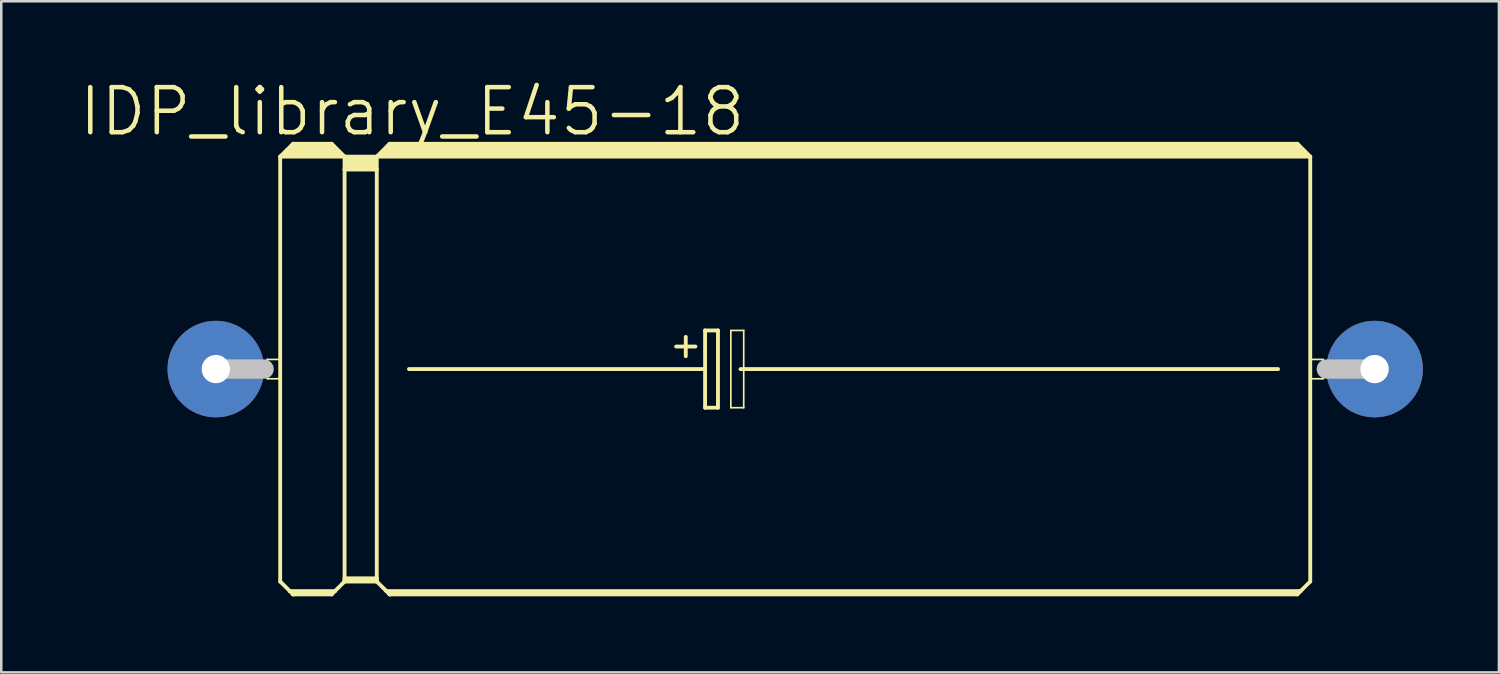
<source format=kicad_pcb>
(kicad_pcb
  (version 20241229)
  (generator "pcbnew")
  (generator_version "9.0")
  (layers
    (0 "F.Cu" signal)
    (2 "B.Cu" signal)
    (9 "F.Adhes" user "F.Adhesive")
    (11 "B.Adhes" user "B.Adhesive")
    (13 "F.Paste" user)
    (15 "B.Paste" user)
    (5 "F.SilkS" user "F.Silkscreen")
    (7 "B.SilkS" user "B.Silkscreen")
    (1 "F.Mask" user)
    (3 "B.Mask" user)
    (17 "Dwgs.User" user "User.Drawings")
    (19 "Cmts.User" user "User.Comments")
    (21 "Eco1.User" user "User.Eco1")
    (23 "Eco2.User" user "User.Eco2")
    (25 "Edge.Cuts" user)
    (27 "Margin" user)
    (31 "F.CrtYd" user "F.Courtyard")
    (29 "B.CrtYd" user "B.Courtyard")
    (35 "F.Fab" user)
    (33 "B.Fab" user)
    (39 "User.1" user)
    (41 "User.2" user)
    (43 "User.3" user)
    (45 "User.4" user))
  (footprint "IDP_library_E45-18"
    (layer "F.Cu")
    (at 28.325 11.512)
    (property "Reference" "IDP_library_E45-18" (at -15.113 -10.16 0) (layer "F.SilkS") (effects (font (size 1.778 1.778) (thickness 0.178))))
    (attr exclude_from_pos_files exclude_from_bom)
    (fp_line (start -20.828 -0.381) (end -20.32 -0.381) (stroke (width 0.066) (type solid)) (layer "F.SilkS"))
    (fp_line (start -20.828 0.381) (end -20.828 -0.381) (stroke (width 0.066) (type solid)) (layer "F.SilkS"))
    (fp_line (start -20.828 0.381) (end -20.32 0.381) (stroke (width 0.066) (type solid)) (layer "F.SilkS"))
    (fp_line (start -20.32 -8.382) (end -20.32 8.382) (stroke (width 0.152) (type solid)) (layer "F.SilkS"))
    (fp_line (start -20.32 -8.382) (end -19.812 -8.89) (stroke (width 0.152) (type solid)) (layer "F.SilkS"))
    (fp_line (start -20.32 -8.382) (end -17.78 -8.382) (stroke (width 0.152) (type solid)) (layer "F.SilkS"))
    (fp_line (start -20.32 0.381) (end -20.32 -0.381) (stroke (width 0.066) (type solid)) (layer "F.SilkS"))
    (fp_line (start -20.32 8.382) (end -19.939 8.76) (stroke (width 0.152) (type solid)) (layer "F.SilkS"))
    (fp_line (start -20.066 -8.509) (end -18.034 -8.509) (stroke (width 0.305) (type solid)) (layer "F.SilkS"))
    (fp_line (start -19.939 8.76) (end -19.812 8.89) (stroke (width 0.152) (type solid)) (layer "F.SilkS"))
    (fp_line (start -19.939 8.76) (end -18.161 8.76) (stroke (width 0.152) (type solid)) (layer "F.SilkS"))
    (fp_line (start -19.812 -8.89) (end -18.288 -8.89) (stroke (width 0.152) (type solid)) (layer "F.SilkS"))
    (fp_line (start -19.812 -8.76) (end -18.288 -8.76) (stroke (width 0.305) (type solid)) (layer "F.SilkS"))
    (fp_line (start -19.812 8.837) (end -18.288 8.837) (stroke (width 0.152) (type solid)) (layer "F.SilkS"))
    (fp_line (start -19.812 8.89) (end -19.812 8.837) (stroke (width 0.152) (type solid)) (layer "F.SilkS"))
    (fp_line (start -19.812 8.89) (end -18.288 8.89) (stroke (width 0.152) (type solid)) (layer "F.SilkS"))
    (fp_line (start -18.288 -8.89) (end -17.78 -8.382) (stroke (width 0.152) (type solid)) (layer "F.SilkS"))
    (fp_line (start -18.288 8.89) (end -18.161 8.76) (stroke (width 0.152) (type solid)) (layer "F.SilkS"))
    (fp_line (start -18.161 8.76) (end -17.78 8.382) (stroke (width 0.152) (type solid)) (layer "F.SilkS"))
    (fp_line (start -17.78 -8.382) (end -16.51 -8.382) (stroke (width 0.152) (type solid)) (layer "F.SilkS"))
    (fp_line (start -17.78 -7.874) (end -17.78 -8.382) (stroke (width 0.152) (type solid)) (layer "F.SilkS"))
    (fp_line (start -17.78 -7.874) (end -16.51 -7.874) (stroke (width 0.152) (type solid)) (layer "F.SilkS"))
    (fp_line (start -17.78 8.255) (end -17.78 -7.874) (stroke (width 0.152) (type solid)) (layer "F.SilkS"))
    (fp_line (start -17.78 8.255) (end -16.51 8.255) (stroke (width 0.152) (type solid)) (layer "F.SilkS"))
    (fp_line (start -17.78 8.331) (end -17.78 8.255) (stroke (width 0.152) (type solid)) (layer "F.SilkS"))
    (fp_line (start -17.78 8.331) (end -16.51 8.331) (stroke (width 0.152) (type solid)) (layer "F.SilkS"))
    (fp_line (start -17.78 8.382) (end -17.78 8.331) (stroke (width 0.152) (type solid)) (layer "F.SilkS"))
    (fp_line (start -17.78 8.382) (end -16.51 8.382) (stroke (width 0.152) (type solid)) (layer "F.SilkS"))
    (fp_line (start -17.65 -8.255) (end -16.637 -8.255) (stroke (width 0.305) (type solid)) (layer "F.SilkS"))
    (fp_line (start -17.65 -8.001) (end -16.637 -8.001) (stroke (width 0.305) (type solid)) (layer "F.SilkS"))
    (fp_line (start -16.51 -8.382) (end -16.002 -8.89) (stroke (width 0.152) (type solid)) (layer "F.SilkS"))
    (fp_line (start -16.51 -8.382) (end 20.32 -8.382) (stroke (width 0.152) (type solid)) (layer "F.SilkS"))
    (fp_line (start -16.51 -7.874) (end -16.51 -8.382) (stroke (width 0.152) (type solid)) (layer "F.SilkS"))
    (fp_line (start -16.51 8.255) (end -16.51 -7.874) (stroke (width 0.152) (type solid)) (layer "F.SilkS"))
    (fp_line (start -16.51 8.331) (end -16.51 8.255) (stroke (width 0.152) (type solid)) (layer "F.SilkS"))
    (fp_line (start -16.51 8.382) (end -16.51 8.331) (stroke (width 0.152) (type solid)) (layer "F.SilkS"))
    (fp_line (start -16.51 8.382) (end -16.129 8.76) (stroke (width 0.152) (type solid)) (layer "F.SilkS"))
    (fp_line (start -16.256 -8.509) (end 20.066 -8.509) (stroke (width 0.305) (type solid)) (layer "F.SilkS"))
    (fp_line (start -16.129 8.76) (end -16.002 8.89) (stroke (width 0.152) (type solid)) (layer "F.SilkS"))
    (fp_line (start -16.129 8.76) (end 19.939 8.76) (stroke (width 0.152) (type solid)) (layer "F.SilkS"))
    (fp_line (start -16.002 -8.89) (end 19.812 -8.89) (stroke (width 0.152) (type solid)) (layer "F.SilkS"))
    (fp_line (start -16.002 -8.76) (end 19.812 -8.76) (stroke (width 0.305) (type solid)) (layer "F.SilkS"))
    (fp_line (start -16.002 8.837) (end 19.812 8.837) (stroke (width 0.152) (type solid)) (layer "F.SilkS"))
    (fp_line (start -16.002 8.89) (end -16.002 8.837) (stroke (width 0.152) (type solid)) (layer "F.SilkS"))
    (fp_line (start -16.002 8.89) (end 19.812 8.89) (stroke (width 0.152) (type solid)) (layer "F.SilkS"))
    (fp_line (start -15.24 0) (end -3.556 0) (stroke (width 0.152) (type solid)) (layer "F.SilkS"))
    (fp_line (start -4.699 -0.889) (end -3.937 -0.889) (stroke (width 0.152) (type solid)) (layer "F.SilkS"))
    (fp_line (start -4.318 -1.27) (end -4.318 -0.508) (stroke (width 0.152) (type solid)) (layer "F.SilkS"))
    (fp_line (start -3.556 -1.524) (end -3.556 0) (stroke (width 0.152) (type solid)) (layer "F.SilkS"))
    (fp_line (start -3.556 0) (end -3.556 1.524) (stroke (width 0.152) (type solid)) (layer "F.SilkS"))
    (fp_line (start -3.556 1.524) (end -3.048 1.524) (stroke (width 0.152) (type solid)) (layer "F.SilkS"))
    (fp_line (start -3.048 -1.524) (end -3.556 -1.524) (stroke (width 0.152) (type solid)) (layer "F.SilkS"))
    (fp_line (start -3.048 1.524) (end -3.048 -1.524) (stroke (width 0.152) (type solid)) (layer "F.SilkS"))
    (fp_line (start -2.54 -1.524) (end -2.032 -1.524) (stroke (width 0.066) (type solid)) (layer "F.SilkS"))
    (fp_line (start -2.54 1.524) (end -2.54 -1.524) (stroke (width 0.066) (type solid)) (layer "F.SilkS"))
    (fp_line (start -2.54 1.524) (end -2.032 1.524) (stroke (width 0.066) (type solid)) (layer "F.SilkS"))
    (fp_line (start -2.159 0) (end 19.05 0) (stroke (width 0.152) (type solid)) (layer "F.SilkS"))
    (fp_line (start -2.032 1.524) (end -2.032 -1.524) (stroke (width 0.066) (type solid)) (layer "F.SilkS"))
    (fp_line (start 19.812 -8.89) (end 20.32 -8.382) (stroke (width 0.152) (type solid)) (layer "F.SilkS"))
    (fp_line (start 19.812 8.89) (end 19.939 8.76) (stroke (width 0.152) (type solid)) (layer "F.SilkS"))
    (fp_line (start 19.939 8.76) (end 20.32 8.382) (stroke (width 0.152) (type solid)) (layer "F.SilkS"))
    (fp_line (start 20.32 -8.382) (end 20.32 8.382) (stroke (width 0.152) (type solid)) (layer "F.SilkS"))
    (fp_line (start 20.32 -0.381) (end 20.828 -0.381) (stroke (width 0.066) (type solid)) (layer "F.SilkS"))
    (fp_line (start 20.32 0.381) (end 20.32 -0.381) (stroke (width 0.066) (type solid)) (layer "F.SilkS"))
    (fp_line (start 20.32 0.381) (end 20.828 0.381) (stroke (width 0.066) (type solid)) (layer "F.SilkS"))
    (fp_line (start 20.828 0.381) (end 20.828 -0.381) (stroke (width 0.066) (type solid)) (layer "F.SilkS"))
    (fp_line (start -22.86 0) (end -20.955 0) (stroke (width 0.762) (type solid)) (layer "Dwgs.User"))
    (fp_line (start 22.86 0) (end 20.955 0) (stroke (width 0.762) (type solid)) (layer "Dwgs.User"))
    (pad "+" thru_hole circle (at -22.86 0) (size 3.81 3.81) (drill 1.118) (layers "*.Cu" "*.Paste" "*.Mask"))
    (pad "-" thru_hole circle (at 22.86 0) (size 3.81 3.81) (drill 1.118) (layers "*.Cu" "*.Paste" "*.Mask")))
  (gr_rect
    (start -3 -3)
    (end 56.09 23.478)
    (stroke (width 0.1) (type default))
    (fill no)
    (layer "Edge.Cuts")))
</source>
